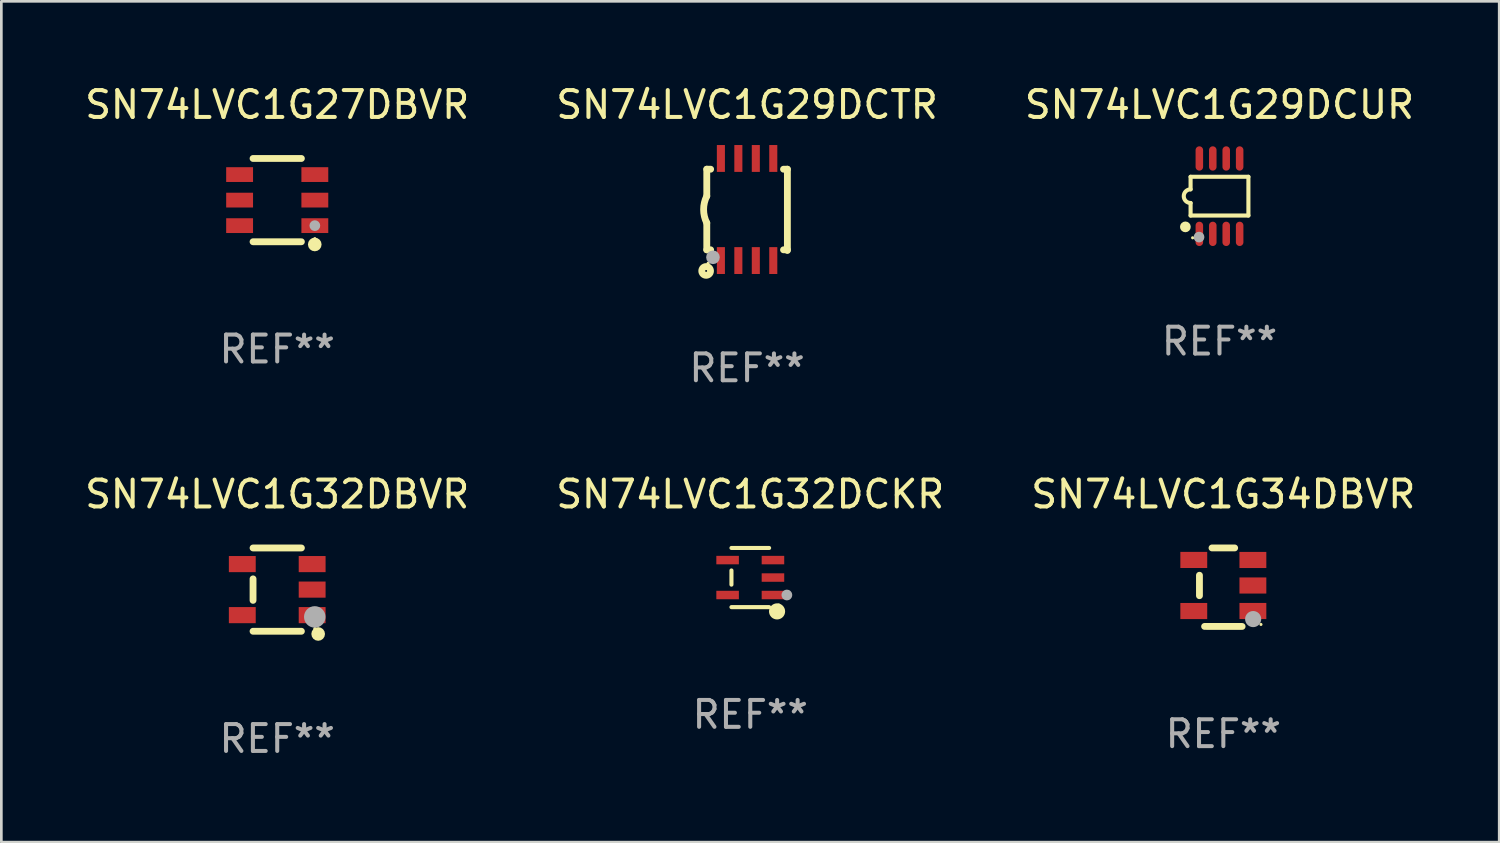
<source format=kicad_pcb>
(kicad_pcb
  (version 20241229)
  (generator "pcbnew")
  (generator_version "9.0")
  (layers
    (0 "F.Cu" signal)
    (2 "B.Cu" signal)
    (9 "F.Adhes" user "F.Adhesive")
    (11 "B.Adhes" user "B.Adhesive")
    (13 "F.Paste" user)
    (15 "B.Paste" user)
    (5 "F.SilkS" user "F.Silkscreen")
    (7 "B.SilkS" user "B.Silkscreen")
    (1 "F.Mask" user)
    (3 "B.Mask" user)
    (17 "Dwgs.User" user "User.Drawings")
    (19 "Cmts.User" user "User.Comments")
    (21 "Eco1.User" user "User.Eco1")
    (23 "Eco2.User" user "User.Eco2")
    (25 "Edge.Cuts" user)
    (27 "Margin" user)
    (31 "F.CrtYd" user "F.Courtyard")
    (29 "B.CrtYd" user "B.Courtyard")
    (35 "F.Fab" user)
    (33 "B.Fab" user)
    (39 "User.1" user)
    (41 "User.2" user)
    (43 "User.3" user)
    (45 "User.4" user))
  (footprint "SN74LVC1G27DBVR"
    (layer "F.Cu")
    (at 7.268 4.398)
    (property "Reference" "SN74LVC1G27DBVR" (at 0 -3.55 0) (layer "F.SilkS") (effects (font (size 1 1) (thickness 0.15))))
    (attr through_hole)
    (fp_line (start -0.9 -1.55) (end 0.9 -1.55) (stroke (width 0.254) (type solid)) (layer "F.SilkS"))
    (fp_line (start -0.9 1.55) (end 0.9 1.55) (stroke (width 0.254) (type solid)) (layer "F.SilkS"))
    (fp_circle (center 1.397 1.651) (end 1.524 1.651) (stroke (width 0.254) (type solid)) (fill no) (layer "F.SilkS"))
    (fp_circle (center 1.4 1.435) (end 1.43 1.435) (stroke (width 0.06) (type solid)) (fill no) (layer "F.SilkS"))
    (fp_circle (center 1.4 0.95) (end 1.5 0.95) (stroke (width 0.2) (type solid)) (fill no) (layer "F.Fab"))
    (fp_text user "REF**" (at 0 5.55 0) (layer "F.Fab") (effects (font (size 1 1) (thickness 0.15))))
    (pad "1" smd rect (at 1.4 0.95) (size 1 0.55) (layers "F.Cu" "F.Mask" "F.Paste"))
    (pad "2" smd rect (at 1.4 -0.000102) (size 1 0.55) (layers "F.Cu" "F.Mask" "F.Paste"))
    (pad "3" smd rect (at 1.4 -0.95) (size 1 0.55) (layers "F.Cu" "F.Mask" "F.Paste"))
    (pad "4" smd rect (at -1.4 -0.95) (size 1 0.55) (layers "F.Cu" "F.Mask" "F.Paste"))
    (pad "5" smd rect (at -1.4 -0.000102) (size 1 0.55) (layers "F.Cu" "F.Mask" "F.Paste"))
    (pad "6" smd rect (at -1.4 0.95) (size 1 0.55) (layers "F.Cu" "F.Mask" "F.Paste")))
  (footprint "SN74LVC1G32DCKR"
    (layer "F.Cu")
    (at 24.875 18.446)
    (property "Reference" "SN74LVC1G32DCKR" (at 0 -3.101 0) (layer "F.SilkS") (effects (font (size 1 1) (thickness 0.15))))
    (attr through_hole)
    (fp_line (start -0.701 -0.264) (end -0.701 0.264) (stroke (width 0.152) (type solid)) (layer "F.SilkS"))
    (fp_line (start 0.701 -1.101) (end -0.701 -1.101) (stroke (width 0.152) (type solid)) (layer "F.SilkS"))
    (fp_line (start 0.701 1.101) (end -0.701 1.101) (stroke (width 0.152) (type solid)) (layer "F.SilkS"))
    (fp_circle (center 0.997 1.26) (end 1.147 1.26) (stroke (width 0.3) (type solid)) (fill no) (layer "F.SilkS"))
    (fp_circle (center 1.063 1.025) (end 1.093 1.025) (stroke (width 0.06) (type solid)) (fill no) (layer "F.SilkS"))
    (fp_circle (center 1.362 0.65) (end 1.463 0.65) (stroke (width 0.2) (type solid)) (fill no) (layer "F.Fab"))
    (fp_text user "REF**" (at 0 5.101 0) (layer "F.Fab") (effects (font (size 1 1) (thickness 0.15))))
    (pad "1" smd rect (at 0.844 0.65) (size 0.839 0.315) (layers "F.Cu" "F.Mask" "F.Paste"))
    (pad "2" smd rect (at 0.844 0) (size 0.839 0.315) (layers "F.Cu" "F.Mask" "F.Paste"))
    (pad "3" smd rect (at 0.844 -0.65) (size 0.839 0.315) (layers "F.Cu" "F.Mask" "F.Paste"))
    (pad "4" smd rect (at -0.844 -0.65) (size 0.839 0.315) (layers "F.Cu" "F.Mask" "F.Paste"))
    (pad "5" smd rect (at -0.844 0.65) (size 0.839 0.315) (layers "F.Cu" "F.Mask" "F.Paste")))
  (footprint "SN74LVC1G34DBVR"
    (layer "F.Cu")
    (at 42.482 18.805)
    (property "Reference" "SN74LVC1G34DBVR" (at 0 -3.461 0) (layer "F.SilkS") (effects (font (size 1 1) (thickness 0.15))))
    (attr through_hole)
    (fp_line (start -0.889 0.317) (end -0.889 -0.445) (stroke (width 0.254) (type solid)) (layer "F.SilkS"))
    (fp_line (start -0.698 1.46) (end 0.699 1.461) (stroke (width 0.254) (type solid)) (layer "F.SilkS"))
    (fp_line (start -0.422 -1.461) (end 0.422 -1.461) (stroke (width 0.254) (type solid)) (layer "F.SilkS"))
    (fp_circle (center 1.4 1.387) (end 1.43 1.387) (stroke (width 0.06) (type solid)) (fill no) (layer "F.SilkS"))
    (fp_circle (center 1.11 1.187) (end 1.26 1.187) (stroke (width 0.3) (type solid)) (fill no) (layer "F.Fab"))
    (fp_text user "REF**" (at 0 5.461 0) (layer "F.Fab") (effects (font (size 1 1) (thickness 0.15))))
    (pad "1" smd rect (at 1.1 0.886 90) (size 0.6 1) (layers "F.Cu" "F.Mask" "F.Paste"))
    (pad "2" smd rect (at 1.1 -0.063 90) (size 0.6 1) (layers "F.Cu" "F.Mask" "F.Paste"))
    (pad "3" smd rect (at 1.1 -1.013 90) (size 0.6 1) (layers "F.Cu" "F.Mask" "F.Paste"))
    (pad "4" smd rect (at -1.1 -1.014 90) (size 0.6 1) (layers "F.Cu" "F.Mask" "F.Paste"))
    (pad "5" smd rect (at -1.1 0.887 90) (size 0.6 1) (layers "F.Cu" "F.Mask" "F.Paste")))
  (footprint "SN74LVC1G29DCUR"
    (layer "F.Cu")
    (at 42.339 4.251)
    (property "Reference" "SN74LVC1G29DCUR" (at 0 -3.403 0) (layer "F.SilkS") (effects (font (size 1 1) (thickness 0.15))))
    (attr through_hole)
    (fp_line (start -1.076 -0.721) (end 1.076 -0.721) (stroke (width 0.152) (type solid)) (layer "F.SilkS"))
    (fp_line (start -1.076 -0.254) (end -1.076 -0.721) (stroke (width 0.152) (type solid)) (layer "F.SilkS"))
    (fp_line (start -1.076 0.254) (end -1.076 0.721) (stroke (width 0.152) (type solid)) (layer "F.SilkS"))
    (fp_line (start 1.076 -0.721) (end 1.076 0.721) (stroke (width 0.152) (type solid)) (layer "F.SilkS"))
    (fp_line (start 1.076 0.721) (end -1.076 0.721) (stroke (width 0.152) (type solid)) (layer "F.SilkS"))
    (fp_arc (start -1.076226 0.254051) (mid -1.330226 0.000051) (end -1.076226 -0.253949) (stroke (width 0.151994) (type solid)) (layer "F.SilkS"))
    (fp_circle (center -1.27 1.143) (end -1.17 1.143) (stroke (width 0.2) (type solid)) (fill no) (layer "F.SilkS"))
    (fp_circle (center -1 1.55) (end -0.97 1.55) (stroke (width 0.06) (type solid)) (fill no) (layer "F.SilkS"))
    (fp_circle (center -0.762 1.524) (end -0.662 1.524) (stroke (width 0.2) (type solid)) (fill no) (layer "F.Fab"))
    (fp_text user "REF**" (at 0 5.403 0) (layer "F.Fab") (effects (font (size 1 1) (thickness 0.15))))
    (pad "1" smd oval (at -0.75 1.403) (size 0.28 0.905) (layers "F.Cu" "F.Mask" "F.Paste"))
    (pad "2" smd oval (at -0.25 1.403) (size 0.28 0.905) (layers "F.Cu" "F.Mask" "F.Paste"))
    (pad "3" smd oval (at 0.25 1.403) (size 0.28 0.905) (layers "F.Cu" "F.Mask" "F.Paste"))
    (pad "4" smd oval (at 0.75 1.403) (size 0.28 0.905) (layers "F.Cu" "F.Mask" "F.Paste"))
    (pad "5" smd oval (at 0.75 -1.403) (size 0.28 0.905) (layers "F.Cu" "F.Mask" "F.Paste"))
    (pad "6" smd oval (at 0.25 -1.403) (size 0.28 0.905) (layers "F.Cu" "F.Mask" "F.Paste"))
    (pad "7" smd oval (at -0.25 -1.403) (size 0.28 0.905) (layers "F.Cu" "F.Mask" "F.Paste"))
    (pad "8" smd oval (at -0.75 -1.403) (size 0.28 0.905) (layers "F.Cu" "F.Mask" "F.Paste")))
  (footprint "SN74LVC1G32DBVR"
    (layer "F.Cu")
    (at 7.268 18.895)
    (property "Reference" "SN74LVC1G32DBVR" (at 0 -3.55 0) (layer "F.SilkS") (effects (font (size 1 1) (thickness 0.15))))
    (attr through_hole)
    (fp_line (start -0.9 -1.55) (end 0.9 -1.55) (stroke (width 0.254) (type solid)) (layer "F.SilkS"))
    (fp_line (start -0.9 0.4) (end -0.9 -0.4) (stroke (width 0.254) (type solid)) (layer "F.SilkS"))
    (fp_line (start -0.9 1.55) (end 0.9 1.55) (stroke (width 0.254) (type solid)) (layer "F.SilkS"))
    (fp_circle (center 1.4 1.45) (end 1.43 1.45) (stroke (width 0.06) (type solid)) (fill no) (layer "F.SilkS"))
    (fp_circle (center 1.524 1.651) (end 1.651 1.651) (stroke (width 0.254) (type solid)) (fill no) (layer "F.SilkS"))
    (fp_circle (center 1.397 1.016) (end 1.597 1.016) (stroke (width 0.4) (type solid)) (fill no) (layer "F.Fab"))
    (fp_text user "REF**" (at 0 5.55 0) (layer "F.Fab") (effects (font (size 1 1) (thickness 0.15))))
    (pad "1" smd rect (at 1.3 0.95) (size 1 0.6) (layers "F.Cu" "F.Mask" "F.Paste"))
    (pad "2" smd rect (at 1.3 -0.000051) (size 1 0.6) (layers "F.Cu" "F.Mask" "F.Paste"))
    (pad "3" smd rect (at 1.3 -0.95) (size 1 0.6) (layers "F.Cu" "F.Mask" "F.Paste"))
    (pad "4" smd rect (at -1.3 -0.95) (size 1 0.6) (layers "F.Cu" "F.Mask" "F.Paste"))
    (pad "5" smd rect (at -1.3 0.95) (size 1 0.6) (layers "F.Cu" "F.Mask" "F.Paste")))
  (footprint "SN74LVC1G29DCTR"
    (layer "F.Cu")
    (at 24.756 4.748)
    (property "Reference" "SN74LVC1G29DCTR" (at 0 -3.9 0) (layer "F.SilkS") (effects (font (size 1 1) (thickness 0.15))))
    (attr through_hole)
    (fp_line (start -1.5 -1.5) (end -1.5 -0.5) (stroke (width 0.254) (type solid)) (layer "F.SilkS"))
    (fp_line (start -1.5 -1.5) (end -1.356 -1.5) (stroke (width 0.254) (type solid)) (layer "F.SilkS"))
    (fp_line (start -1.5 1.5) (end -1.5 0.5) (stroke (width 0.254) (type solid)) (layer "F.SilkS"))
    (fp_line (start -1.5 1.5) (end -1.356 1.5) (stroke (width 0.254) (type solid)) (layer "F.SilkS"))
    (fp_line (start 1.356 -1.5) (end 1.5 -1.5) (stroke (width 0.254) (type solid)) (layer "F.SilkS"))
    (fp_line (start 1.356 1.5) (end 1.5 1.5) (stroke (width 0.254) (type solid)) (layer "F.SilkS"))
    (fp_line (start 1.5 -1.5) (end 1.5 1.524) (stroke (width 0.254) (type solid)) (layer "F.SilkS"))
    (fp_arc (start -1.500203 0.499111) (mid -1.618067 -0.000494) (end -1.5 -0.500051) (stroke (width 0.254001) (type solid)) (layer "F.SilkS"))
    (fp_circle (center -1.524 2.286) (end -1.488 2.286) (stroke (width 0.254) (type solid)) (fill no) (layer "F.SilkS"))
    (fp_circle (center -1.45 2) (end -1.42 2) (stroke (width 0.06) (type solid)) (fill no) (layer "F.SilkS"))
    (fp_circle (center -1.27 1.778) (end -1.143 1.778) (stroke (width 0.254) (type solid)) (fill no) (layer "F.Fab"))
    (fp_text user "REF**" (at 0 5.9 0) (layer "F.Fab") (effects (font (size 1 1) (thickness 0.15))))
    (pad "1" smd rect (at -0.975 1.9) (size 0.3 1) (layers "F.Cu" "F.Mask" "F.Paste"))
    (pad "2" smd rect (at -0.325 1.9) (size 0.3 1) (layers "F.Cu" "F.Mask" "F.Paste"))
    (pad "3" smd rect (at 0.325 1.9) (size 0.3 1) (layers "F.Cu" "F.Mask" "F.Paste"))
    (pad "4" smd rect (at 0.975 1.9) (size 0.3 1) (layers "F.Cu" "F.Mask" "F.Paste"))
    (pad "5" smd rect (at 0.975 -1.9) (size 0.3 1) (layers "F.Cu" "F.Mask" "F.Paste"))
    (pad "6" smd rect (at 0.325 -1.9) (size 0.3 1) (layers "F.Cu" "F.Mask" "F.Paste"))
    (pad "7" smd rect (at -0.325 -1.9) (size 0.3 1) (layers "F.Cu" "F.Mask" "F.Paste"))
    (pad "8" smd rect (at -0.975 -1.9) (size 0.3 1) (layers "F.Cu" "F.Mask" "F.Paste")))
  (gr_rect
    (start -3 -3)
    (end 52.75 28.293)
    (stroke (width 0.1) (type default))
    (fill no)
    (layer "Edge.Cuts")))
</source>
